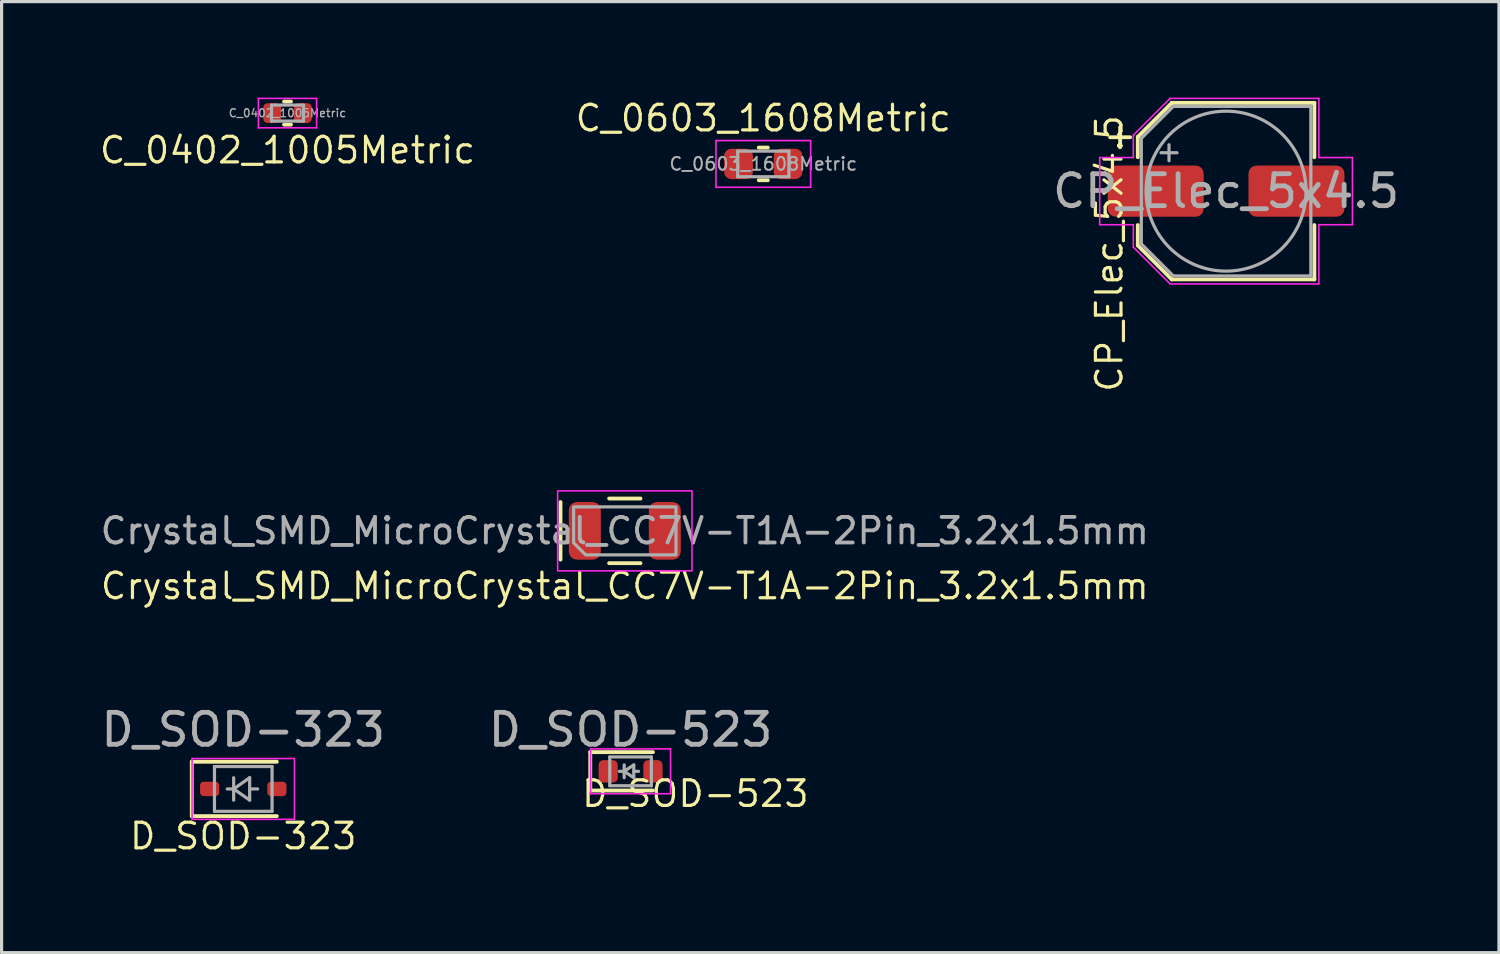
<source format=kicad_pcb>
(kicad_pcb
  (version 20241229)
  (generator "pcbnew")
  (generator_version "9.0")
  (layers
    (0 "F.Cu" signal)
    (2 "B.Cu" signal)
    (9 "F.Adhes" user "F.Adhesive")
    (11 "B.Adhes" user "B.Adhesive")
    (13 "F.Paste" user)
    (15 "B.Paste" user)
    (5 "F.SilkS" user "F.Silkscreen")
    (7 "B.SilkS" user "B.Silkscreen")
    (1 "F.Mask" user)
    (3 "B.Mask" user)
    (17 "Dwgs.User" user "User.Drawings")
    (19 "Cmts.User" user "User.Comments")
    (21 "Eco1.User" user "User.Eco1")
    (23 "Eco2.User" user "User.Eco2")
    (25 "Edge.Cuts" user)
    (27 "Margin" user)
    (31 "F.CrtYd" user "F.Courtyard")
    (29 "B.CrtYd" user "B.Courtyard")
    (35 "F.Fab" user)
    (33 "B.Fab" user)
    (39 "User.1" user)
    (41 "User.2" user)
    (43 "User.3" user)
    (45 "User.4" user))
  (footprint "D_SOD-323"
    (layer "F.Cu")
    (at 4.554 21.611)
    (property "Reference" "D_SOD-323" (at 0 1.475 0) (layer "F.SilkS") (effects (font (size 0.8 0.8) (thickness 0.1))))
    (attr smd)
    (fp_line (start -1.61 -0.85) (end -1.61 0.85) (stroke (width 0.12) (type solid)) (layer "F.SilkS"))
    (fp_line (start -1.61 -0.85) (end 1.05 -0.85) (stroke (width 0.12) (type solid)) (layer "F.SilkS"))
    (fp_line (start -1.61 0.85) (end 1.05 0.85) (stroke (width 0.12) (type solid)) (layer "F.SilkS"))
    (fp_line (start -1.6 -0.95) (end -1.6 0.95) (stroke (width 0.05) (type solid)) (layer "F.CrtYd"))
    (fp_line (start -1.6 -0.95) (end 1.6 -0.95) (stroke (width 0.05) (type solid)) (layer "F.CrtYd"))
    (fp_line (start -1.6 0.95) (end 1.6 0.95) (stroke (width 0.05) (type solid)) (layer "F.CrtYd"))
    (fp_line (start 1.6 -0.95) (end 1.6 0.95) (stroke (width 0.05) (type solid)) (layer "F.CrtYd"))
    (fp_line (start -0.9 -0.7) (end 0.9 -0.7) (stroke (width 0.1) (type solid)) (layer "F.Fab"))
    (fp_line (start -0.9 0.7) (end -0.9 -0.7) (stroke (width 0.1) (type solid)) (layer "F.Fab"))
    (fp_line (start -0.3 -0.35) (end -0.3 0.35) (stroke (width 0.1) (type solid)) (layer "F.Fab"))
    (fp_line (start -0.3 0) (end -0.5 0) (stroke (width 0.1) (type solid)) (layer "F.Fab"))
    (fp_line (start -0.3 0) (end 0.2 -0.35) (stroke (width 0.1) (type solid)) (layer "F.Fab"))
    (fp_line (start 0.2 0) (end 0.45 0) (stroke (width 0.1) (type solid)) (layer "F.Fab"))
    (fp_line (start 0.2 -0.35) (end 0.2 0.35) (stroke (width 0.1) (type solid)) (layer "F.Fab"))
    (fp_line (start 0.2 0.35) (end -0.3 0) (stroke (width 0.1) (type solid)) (layer "F.Fab"))
    (fp_line (start 0.9 -0.7) (end 0.9 0.7) (stroke (width 0.1) (type solid)) (layer "F.Fab"))
    (fp_line (start 0.9 0.7) (end -0.9 0.7) (stroke (width 0.1) (type solid)) (layer "F.Fab"))
    (fp_text user "${REFERENCE}" (at 0 -1.85 0) (layer "F.Fab") (effects (font (size 1 1) (thickness 0.15))))
    (pad "1" smd roundrect (at -1.05 0) (size 0.6 0.45) (layers "F.Cu" "F.Mask" "F.Paste") (roundrect_rratio 0.25))
    (pad "2" smd roundrect (at 1.05 0) (size 0.6 0.45) (layers "F.Cu" "F.Mask" "F.Paste") (roundrect_rratio 0.25)))
  (footprint "D_SOD-523"
    (layer "F.Cu")
    (at 16.661 21.061)
    (property "Reference" "D_SOD-523" (at 2.025 0.7 0) (layer "F.SilkS") (effects (font (size 0.8 0.8) (thickness 0.1))))
    (attr smd)
    (fp_line (start -1.26 -0.6) (end -1.26 0.6) (stroke (width 0.12) (type solid)) (layer "F.SilkS"))
    (fp_line (start 0.7 -0.6) (end -1.26 -0.6) (stroke (width 0.12) (type solid)) (layer "F.SilkS"))
    (fp_line (start 0.7 0.6) (end -1.26 0.6) (stroke (width 0.12) (type solid)) (layer "F.SilkS"))
    (fp_line (start -1.25 -0.7) (end 1.25 -0.7) (stroke (width 0.05) (type solid)) (layer "F.CrtYd"))
    (fp_line (start -1.25 0.7) (end -1.25 -0.7) (stroke (width 0.05) (type solid)) (layer "F.CrtYd"))
    (fp_line (start 1.25 -0.7) (end 1.25 0.7) (stroke (width 0.05) (type solid)) (layer "F.CrtYd"))
    (fp_line (start 1.25 0.7) (end -1.25 0.7) (stroke (width 0.05) (type solid)) (layer "F.CrtYd"))
    (fp_line (start -0.65 -0.45) (end 0.65 -0.45) (stroke (width 0.1) (type solid)) (layer "F.Fab"))
    (fp_line (start -0.65 0.45) (end -0.65 -0.45) (stroke (width 0.1) (type solid)) (layer "F.Fab"))
    (fp_line (start -0.2 0.2) (end -0.2 -0.2) (stroke (width 0.1) (type solid)) (layer "F.Fab"))
    (fp_line (start -0.2 0) (end -0.35 0) (stroke (width 0.1) (type solid)) (layer "F.Fab"))
    (fp_line (start -0.2 0) (end 0.1 0.2) (stroke (width 0.1) (type solid)) (layer "F.Fab"))
    (fp_line (start 0.1 -0.2) (end -0.2 0) (stroke (width 0.1) (type solid)) (layer "F.Fab"))
    (fp_line (start 0.1 0) (end 0.25 0) (stroke (width 0.1) (type solid)) (layer "F.Fab"))
    (fp_line (start 0.1 0.2) (end 0.1 -0.2) (stroke (width 0.1) (type solid)) (layer "F.Fab"))
    (fp_line (start 0.65 -0.45) (end 0.65 0.45) (stroke (width 0.1) (type solid)) (layer "F.Fab"))
    (fp_line (start 0.65 0.45) (end -0.65 0.45) (stroke (width 0.1) (type solid)) (layer "F.Fab"))
    (fp_text user "${REFERENCE}" (at 0 -1.3 180) (layer "F.Fab") (effects (font (size 1 1) (thickness 0.15))))
    (pad "1" smd roundrect (at -0.7 0 180) (size 0.6 0.7) (layers "F.Cu" "F.Mask" "F.Paste") (roundrect_rratio 0.25))
    (pad "2" smd roundrect (at 0.7 0 180) (size 0.6 0.7) (layers "F.Cu" "F.Mask" "F.Paste") (roundrect_rratio 0.25)))
  (footprint "CP_Elec_5x4.5"
    (layer "F.Cu")
    (at 35.276 2.925)
    (property "Reference" "CP_Elec_5x4.5" (at -3.65 1.95 90) (layer "F.SilkS") (effects (font (size 0.8 0.8) (thickness 0.1))))
    (attr smd)
    (fp_line (start -3.625 -1.685) (end -3 -1.685) (stroke (width 0.12) (type solid)) (layer "F.SilkS"))
    (fp_line (start -3.312 -1.998) (end -3.312 -1.373) (stroke (width 0.12) (type solid)) (layer "F.SilkS"))
    (fp_line (start -2.76 -1.696) (end -2.76 -1.06) (stroke (width 0.12) (type solid)) (layer "F.SilkS"))
    (fp_line (start -2.76 -1.696) (end -1.696 -2.76) (stroke (width 0.12) (type solid)) (layer "F.SilkS"))
    (fp_line (start -2.76 1.696) (end -2.76 1.06) (stroke (width 0.12) (type solid)) (layer "F.SilkS"))
    (fp_line (start -2.76 1.696) (end -1.696 2.76) (stroke (width 0.12) (type solid)) (layer "F.SilkS"))
    (fp_line (start -1.696 -2.76) (end 2.76 -2.76) (stroke (width 0.12) (type solid)) (layer "F.SilkS"))
    (fp_line (start -1.696 2.76) (end 2.76 2.76) (stroke (width 0.12) (type solid)) (layer "F.SilkS"))
    (fp_line (start 2.76 -2.76) (end 2.76 -1.06) (stroke (width 0.12) (type solid)) (layer "F.SilkS"))
    (fp_line (start 2.76 2.76) (end 2.76 1.06) (stroke (width 0.12) (type solid)) (layer "F.SilkS"))
    (fp_line (start -3.95 -1.05) (end -3.95 1.05) (stroke (width 0.05) (type solid)) (layer "F.CrtYd"))
    (fp_line (start -3.95 1.05) (end -2.9 1.05) (stroke (width 0.05) (type solid)) (layer "F.CrtYd"))
    (fp_line (start -2.9 -1.75) (end -2.9 -1.05) (stroke (width 0.05) (type solid)) (layer "F.CrtYd"))
    (fp_line (start -2.9 -1.75) (end -1.75 -2.9) (stroke (width 0.05) (type solid)) (layer "F.CrtYd"))
    (fp_line (start -2.9 -1.05) (end -3.95 -1.05) (stroke (width 0.05) (type solid)) (layer "F.CrtYd"))
    (fp_line (start -2.9 1.05) (end -2.9 1.75) (stroke (width 0.05) (type solid)) (layer "F.CrtYd"))
    (fp_line (start -2.9 1.75) (end -1.75 2.9) (stroke (width 0.05) (type solid)) (layer "F.CrtYd"))
    (fp_line (start -1.75 -2.9) (end 2.9 -2.9) (stroke (width 0.05) (type solid)) (layer "F.CrtYd"))
    (fp_line (start -1.75 2.9) (end 2.9 2.9) (stroke (width 0.05) (type solid)) (layer "F.CrtYd"))
    (fp_line (start 2.9 -2.9) (end 2.9 -1.05) (stroke (width 0.05) (type solid)) (layer "F.CrtYd"))
    (fp_line (start 2.9 -1.05) (end 3.95 -1.05) (stroke (width 0.05) (type solid)) (layer "F.CrtYd"))
    (fp_line (start 2.9 1.05) (end 2.9 2.9) (stroke (width 0.05) (type solid)) (layer "F.CrtYd"))
    (fp_line (start 3.95 -1.05) (end 3.95 1.05) (stroke (width 0.05) (type solid)) (layer "F.CrtYd"))
    (fp_line (start 3.95 1.05) (end 2.9 1.05) (stroke (width 0.05) (type solid)) (layer "F.CrtYd"))
    (fp_line (start -2.65 -1.65) (end -2.65 1.65) (stroke (width 0.1) (type solid)) (layer "F.Fab"))
    (fp_line (start -2.65 -1.65) (end -1.65 -2.65) (stroke (width 0.1) (type solid)) (layer "F.Fab"))
    (fp_line (start -2.65 1.65) (end -1.65 2.65) (stroke (width 0.1) (type solid)) (layer "F.Fab"))
    (fp_line (start -2.034 -1.2) (end -1.534 -1.2) (stroke (width 0.1) (type solid)) (layer "F.Fab"))
    (fp_line (start -1.784 -1.45) (end -1.784 -0.95) (stroke (width 0.1) (type solid)) (layer "F.Fab"))
    (fp_line (start -1.65 -2.65) (end 2.65 -2.65) (stroke (width 0.1) (type solid)) (layer "F.Fab"))
    (fp_line (start -1.65 2.65) (end 2.65 2.65) (stroke (width 0.1) (type solid)) (layer "F.Fab"))
    (fp_line (start 2.65 -2.65) (end 2.65 2.65) (stroke (width 0.1) (type solid)) (layer "F.Fab"))
    (fp_circle (center 0 0) (end 2.5 0) (stroke (width 0.1) (type solid)) (fill no) (layer "F.Fab"))
    (fp_text user "${REFERENCE}" (at 0 0 0) (layer "F.Fab") (effects (font (size 1 1) (thickness 0.15))))
    (pad "1" smd roundrect (at -2.2 0 180) (size 3 1.6) (layers "F.Cu" "F.Mask" "F.Paste") (roundrect_rratio 0.156))
    (pad "2" smd roundrect (at 2.2 0 180) (size 3 1.6) (layers "F.Cu" "F.Mask" "F.Paste") (roundrect_rratio 0.156)))
  (footprint "C_0603_1608Metric"
    (layer "F.Cu")
    (at 20.81 2.074)
    (property "Reference" "C_0603_1608Metric" (at 0 -1.43 0) (layer "F.SilkS") (effects (font (size 0.8 0.8) (thickness 0.1))))
    (attr smd)
    (fp_line (start -0.141 -0.51) (end 0.141 -0.51) (stroke (width 0.12) (type solid)) (layer "F.SilkS"))
    (fp_line (start -0.141 0.51) (end 0.141 0.51) (stroke (width 0.12) (type solid)) (layer "F.SilkS"))
    (fp_line (start -1.48 -0.73) (end 1.48 -0.73) (stroke (width 0.05) (type solid)) (layer "F.CrtYd"))
    (fp_line (start -1.48 0.73) (end -1.48 -0.73) (stroke (width 0.05) (type solid)) (layer "F.CrtYd"))
    (fp_line (start 1.48 -0.73) (end 1.48 0.73) (stroke (width 0.05) (type solid)) (layer "F.CrtYd"))
    (fp_line (start 1.48 0.73) (end -1.48 0.73) (stroke (width 0.05) (type solid)) (layer "F.CrtYd"))
    (fp_line (start -0.8 -0.4) (end 0.8 -0.4) (stroke (width 0.1) (type solid)) (layer "F.Fab"))
    (fp_line (start -0.8 0.4) (end -0.8 -0.4) (stroke (width 0.1) (type solid)) (layer "F.Fab"))
    (fp_line (start 0.8 -0.4) (end 0.8 0.4) (stroke (width 0.1) (type solid)) (layer "F.Fab"))
    (fp_line (start 0.8 0.4) (end -0.8 0.4) (stroke (width 0.1) (type solid)) (layer "F.Fab"))
    (fp_text user "${REFERENCE}" (at 0 0 0) (layer "F.Fab") (effects (font (size 0.4 0.4) (thickness 0.06))))
    (pad "1" smd roundrect (at -0.775 0) (size 0.9 0.95) (layers "F.Cu" "F.Mask" "F.Paste") (roundrect_rratio 0.25))
    (pad "2" smd roundrect (at 0.775 0) (size 0.9 0.95) (layers "F.Cu" "F.Mask" "F.Paste") (roundrect_rratio 0.25)))
  (footprint "Crystal_SMD_MicroCrystal_CC7V-T1A-2Pin_3.2x1.5mm"
    (layer "F.Cu")
    (at 16.481 13.544)
    (property "Reference" "Crystal_SMD_MicroCrystal_CC7V-T1A-2Pin_3.2x1.5mm" (at 0 1.725 0) (layer "F.SilkS") (effects (font (size 0.8 0.8) (thickness 0.1))))
    (attr smd)
    (fp_line (start -2.01 -0.9) (end -2.01 0.9) (stroke (width 0.12) (type solid)) (layer "F.SilkS"))
    (fp_line (start -0.49 -1.01) (end 0.49 -1.01) (stroke (width 0.12) (type solid)) (layer "F.SilkS"))
    (fp_line (start -0.49 1.01) (end 0.49 1.01) (stroke (width 0.12) (type solid)) (layer "F.SilkS"))
    (fp_rect (start -2.1 -1.25) (end 2.1 1.25) (stroke (width 0.05) (type solid)) (fill no) (layer "F.CrtYd"))
    (fp_poly (pts (xy -1.6 -0.75) (xy -1.6 0.375) (xy -1.225 0.75) (xy 1.6 0.75) (xy 1.6 -0.75)) (stroke (width 0.1) (type solid)) (fill no) (layer "F.Fab"))
    (fp_text user "${REFERENCE}" (at 0 0 0) (layer "F.Fab") (effects (font (size 0.8 0.8) (thickness 0.12))))
    (pad "1" smd roundrect (at -1.25 0) (size 1 1.8) (layers "F.Cu" "F.Mask" "F.Paste") (roundrect_rratio 0.25))
    (pad "2" smd roundrect (at 1.25 0) (size 1 1.8) (layers "F.Cu" "F.Mask" "F.Paste") (roundrect_rratio 0.25)))
  (footprint "C_0402_1005Metric"
    (layer "F.Cu")
    (at 5.937 0.485)
    (property "Reference" "C_0402_1005Metric" (at 0 1.16 0) (layer "F.SilkS") (effects (font (size 0.8 0.8) (thickness 0.1))))
    (attr smd)
    (fp_line (start -0.108 -0.36) (end 0.108 -0.36) (stroke (width 0.12) (type solid)) (layer "F.SilkS"))
    (fp_line (start -0.108 0.36) (end 0.108 0.36) (stroke (width 0.12) (type solid)) (layer "F.SilkS"))
    (fp_line (start -0.91 -0.46) (end 0.91 -0.46) (stroke (width 0.05) (type solid)) (layer "F.CrtYd"))
    (fp_line (start -0.91 0.46) (end -0.91 -0.46) (stroke (width 0.05) (type solid)) (layer "F.CrtYd"))
    (fp_line (start 0.91 -0.46) (end 0.91 0.46) (stroke (width 0.05) (type solid)) (layer "F.CrtYd"))
    (fp_line (start 0.91 0.46) (end -0.91 0.46) (stroke (width 0.05) (type solid)) (layer "F.CrtYd"))
    (fp_line (start -0.5 -0.25) (end 0.5 -0.25) (stroke (width 0.1) (type solid)) (layer "F.Fab"))
    (fp_line (start -0.5 0.25) (end -0.5 -0.25) (stroke (width 0.1) (type solid)) (layer "F.Fab"))
    (fp_line (start 0.5 -0.25) (end 0.5 0.25) (stroke (width 0.1) (type solid)) (layer "F.Fab"))
    (fp_line (start 0.5 0.25) (end -0.5 0.25) (stroke (width 0.1) (type solid)) (layer "F.Fab"))
    (fp_text user "${REFERENCE}" (at 0 0 0) (layer "F.Fab") (effects (font (size 0.25 0.25) (thickness 0.04))))
    (pad "1" smd roundrect (at -0.48 0 180) (size 0.56 0.62) (layers "F.Cu" "F.Mask" "F.Paste") (roundrect_rratio 0.25))
    (pad "2" smd roundrect (at 0.48 0 180) (size 0.56 0.62) (layers "F.Cu" "F.Mask" "F.Paste") (roundrect_rratio 0.25)))
  (gr_rect
    (start -3 -3)
    (end 43.806 26.729)
    (stroke (width 0.1) (type default))
    (fill no)
    (layer "Edge.Cuts")))
</source>
